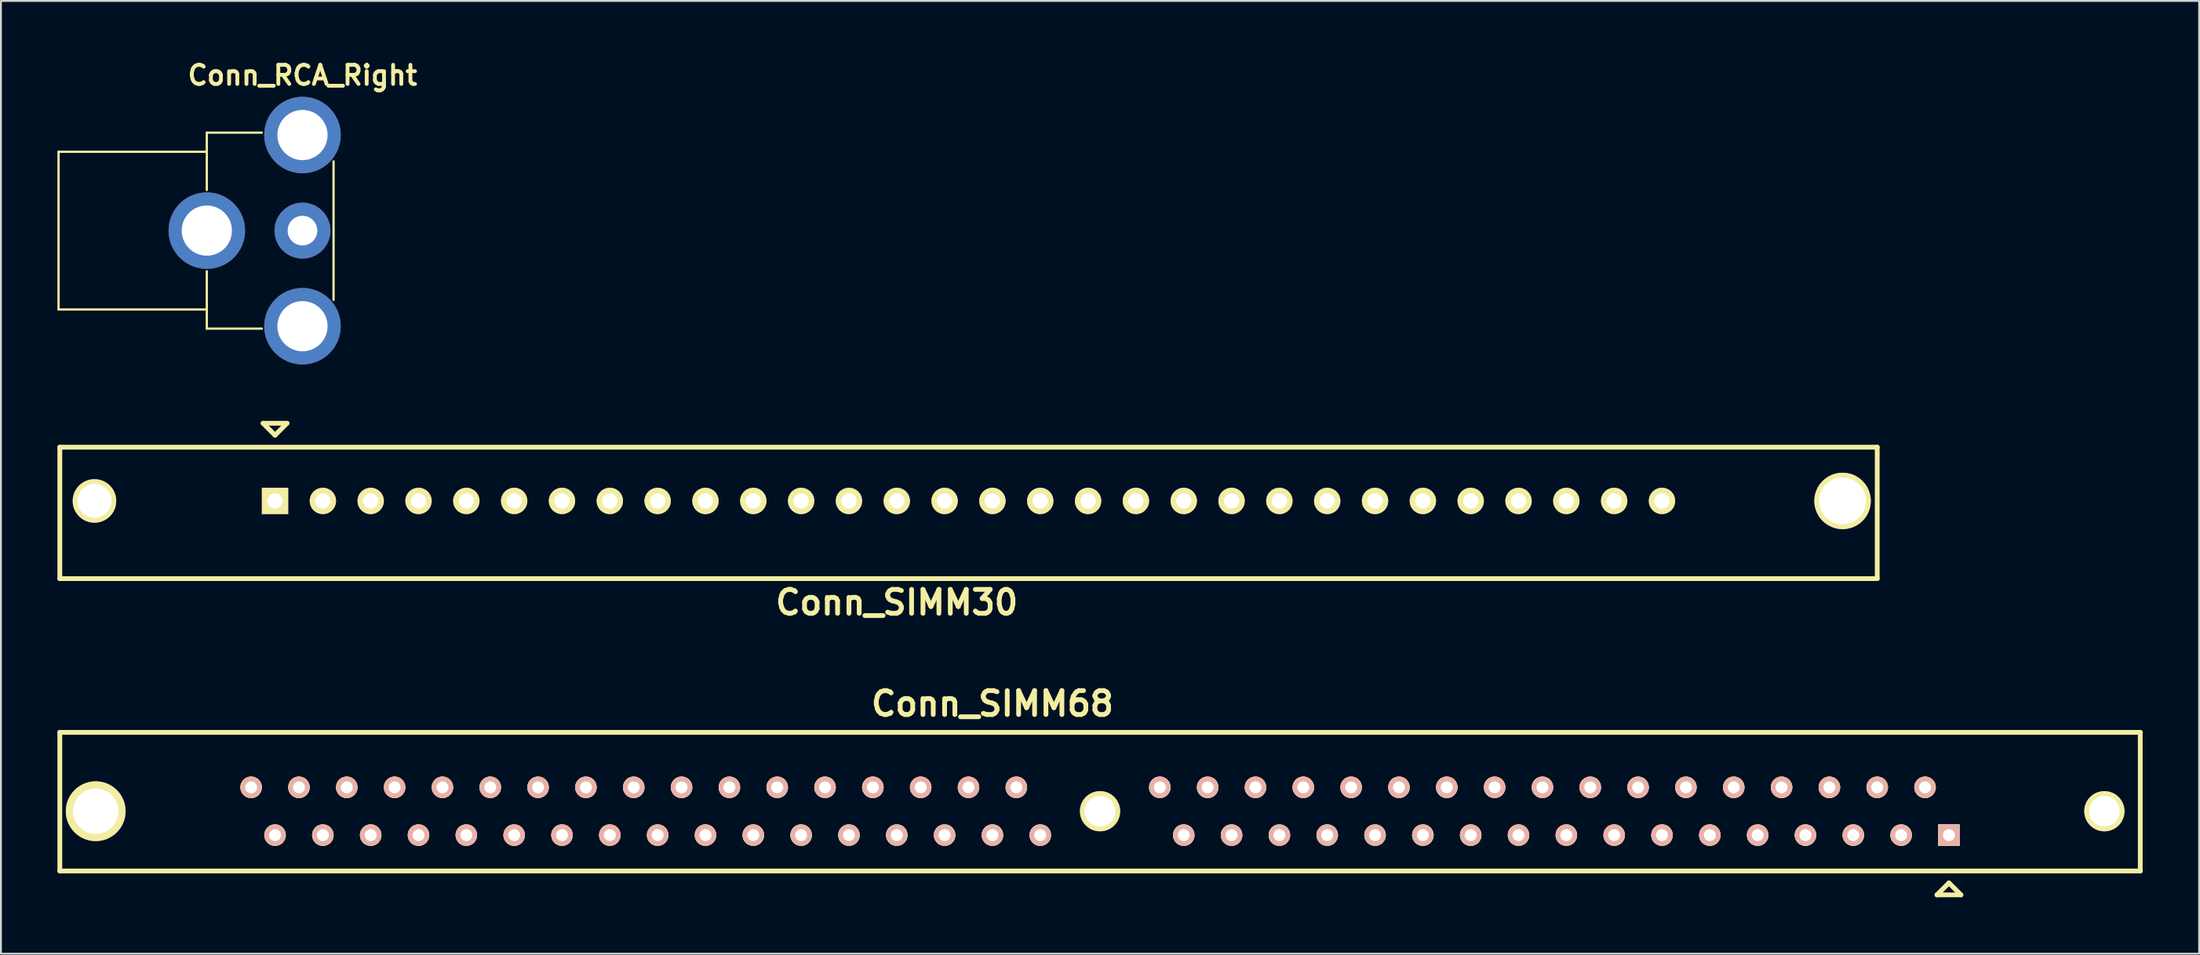
<source format=kicad_pcb>
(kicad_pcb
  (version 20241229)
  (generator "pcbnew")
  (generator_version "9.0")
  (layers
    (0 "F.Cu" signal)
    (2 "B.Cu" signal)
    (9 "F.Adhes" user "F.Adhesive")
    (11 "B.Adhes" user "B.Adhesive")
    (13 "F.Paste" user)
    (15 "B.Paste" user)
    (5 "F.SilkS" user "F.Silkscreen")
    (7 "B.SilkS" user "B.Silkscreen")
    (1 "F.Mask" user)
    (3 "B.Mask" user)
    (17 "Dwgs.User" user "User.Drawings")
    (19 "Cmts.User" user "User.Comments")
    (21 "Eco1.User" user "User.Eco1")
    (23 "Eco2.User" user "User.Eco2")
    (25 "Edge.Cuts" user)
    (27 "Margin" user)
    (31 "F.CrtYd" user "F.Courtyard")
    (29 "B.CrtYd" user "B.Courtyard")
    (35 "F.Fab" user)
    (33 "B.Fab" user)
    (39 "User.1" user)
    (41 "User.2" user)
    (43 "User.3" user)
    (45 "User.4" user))
  (footprint "Conn_SIMM30"
    (layer "F.Cu")
    (at 48.387 23.572)
    (property "Reference" "Conn_SIMM30" (at -3.81 5.397 0) (layer "F.SilkS") (effects (font (size 1.27 1.27) (thickness 0.254))))
    (attr through_hole)
    (fp_line (start -48.26 -2.857) (end 48.26 -2.857) (stroke (width 0.254) (type solid)) (layer "F.SilkS"))
    (fp_line (start -48.26 4.128) (end -48.26 -2.857) (stroke (width 0.254) (type solid)) (layer "F.SilkS"))
    (fp_line (start -37.465 -4.128) (end -36.195 -4.128) (stroke (width 0.254) (type solid)) (layer "F.SilkS"))
    (fp_line (start -36.83 -3.493) (end -37.465 -4.128) (stroke (width 0.254) (type solid)) (layer "F.SilkS"))
    (fp_line (start -36.195 -4.128) (end -36.83 -3.493) (stroke (width 0.254) (type solid)) (layer "F.SilkS"))
    (fp_line (start 48.26 -2.857) (end 48.26 4.128) (stroke (width 0.254) (type solid)) (layer "F.SilkS"))
    (fp_line (start 48.26 4.128) (end -48.26 4.128) (stroke (width 0.254) (type solid)) (layer "F.SilkS"))
    (pad "1" thru_hole rect (at -36.83 0) (size 1.397 1.397) (drill 0.813) (layers "*.Cu" "*.Mask" "F.SilkS"))
    (pad "2" thru_hole circle (at -34.29 0) (size 1.397 1.397) (drill 0.813) (layers "*.Cu" "*.Mask" "F.SilkS"))
    (pad "3" thru_hole circle (at -31.75 0) (size 1.397 1.397) (drill 0.813) (layers "*.Cu" "*.Mask" "F.SilkS"))
    (pad "4" thru_hole circle (at -29.21 0) (size 1.397 1.397) (drill 0.813) (layers "*.Cu" "*.Mask" "F.SilkS"))
    (pad "5" thru_hole circle (at -26.67 0) (size 1.397 1.397) (drill 0.813) (layers "*.Cu" "*.Mask" "F.SilkS"))
    (pad "6" thru_hole circle (at -24.13 0) (size 1.397 1.397) (drill 0.813) (layers "*.Cu" "*.Mask" "F.SilkS"))
    (pad "7" thru_hole circle (at -21.59 0) (size 1.397 1.397) (drill 0.813) (layers "*.Cu" "*.Mask" "F.SilkS"))
    (pad "8" thru_hole circle (at -19.05 0) (size 1.397 1.397) (drill 0.813) (layers "*.Cu" "*.Mask" "F.SilkS"))
    (pad "9" thru_hole circle (at -16.51 0) (size 1.397 1.397) (drill 0.813) (layers "*.Cu" "*.Mask" "F.SilkS"))
    (pad "10" thru_hole circle (at -13.97 0) (size 1.397 1.397) (drill 0.813) (layers "*.Cu" "*.Mask" "F.SilkS"))
    (pad "11" thru_hole circle (at -11.43 0) (size 1.397 1.397) (drill 0.813) (layers "*.Cu" "*.Mask" "F.SilkS"))
    (pad "12" thru_hole circle (at -8.89 0) (size 1.397 1.397) (drill 0.813) (layers "*.Cu" "*.Mask" "F.SilkS"))
    (pad "13" thru_hole circle (at -6.35 0) (size 1.397 1.397) (drill 0.813) (layers "*.Cu" "*.Mask" "F.SilkS"))
    (pad "14" thru_hole circle (at -3.81 0) (size 1.397 1.397) (drill 0.813) (layers "*.Cu" "*.Mask" "F.SilkS"))
    (pad "15" thru_hole circle (at -1.27 0) (size 1.397 1.397) (drill 0.813) (layers "*.Cu" "*.Mask" "F.SilkS"))
    (pad "16" thru_hole circle (at 1.27 0) (size 1.397 1.397) (drill 0.813) (layers "*.Cu" "*.Mask" "F.SilkS"))
    (pad "17" thru_hole circle (at 3.81 0) (size 1.397 1.397) (drill 0.813) (layers "*.Cu" "*.Mask" "F.SilkS"))
    (pad "18" thru_hole circle (at 6.35 0) (size 1.397 1.397) (drill 0.813) (layers "*.Cu" "*.Mask" "F.SilkS"))
    (pad "19" thru_hole circle (at 8.89 0) (size 1.397 1.397) (drill 0.813) (layers "*.Cu" "*.Mask" "F.SilkS"))
    (pad "20" thru_hole circle (at 11.43 0) (size 1.397 1.397) (drill 0.813) (layers "*.Cu" "*.Mask" "F.SilkS"))
    (pad "21" thru_hole circle (at 13.97 0) (size 1.397 1.397) (drill 0.813) (layers "*.Cu" "*.Mask" "F.SilkS"))
    (pad "22" thru_hole circle (at 16.51 0) (size 1.397 1.397) (drill 0.813) (layers "*.Cu" "*.Mask" "F.SilkS"))
    (pad "23" thru_hole circle (at 19.05 0) (size 1.397 1.397) (drill 0.813) (layers "*.Cu" "*.Mask" "F.SilkS"))
    (pad "24" thru_hole circle (at 21.59 0) (size 1.397 1.397) (drill 0.813) (layers "*.Cu" "*.Mask" "F.SilkS"))
    (pad "25" thru_hole circle (at 24.13 0) (size 1.397 1.397) (drill 0.813) (layers "*.Cu" "*.Mask" "F.SilkS"))
    (pad "26" thru_hole circle (at 26.67 0) (size 1.397 1.397) (drill 0.813) (layers "*.Cu" "*.Mask" "F.SilkS"))
    (pad "27" thru_hole circle (at 29.21 0) (size 1.397 1.397) (drill 0.813) (layers "*.Cu" "*.Mask" "F.SilkS"))
    (pad "28" thru_hole circle (at 31.75 0) (size 1.397 1.397) (drill 0.813) (layers "*.Cu" "*.Mask" "F.SilkS"))
    (pad "29" thru_hole circle (at 34.29 0) (size 1.397 1.397) (drill 0.813) (layers "*.Cu" "*.Mask" "F.SilkS"))
    (pad "30" thru_hole circle (at 36.83 0) (size 1.397 1.397) (drill 0.813) (layers "*.Cu" "*.Mask" "F.SilkS"))
    (pad "~" thru_hole circle (at -46.42 0) (size 2.311 2.311) (drill 1.803) (layers "*.Cu" "*.Mask" "F.SilkS"))
    (pad "~" thru_hole circle (at 46.42 0) (size 2.997 2.997) (drill 2.489) (layers "*.Cu" "*.Mask" "F.SilkS")))
  (footprint "Conn_SIMM68"
    (layer "F.Cu")
    (at 55.372 40.062)
    (property "Reference" "Conn_SIMM68" (at -5.715 -5.715 0) (layer "F.SilkS") (effects (font (size 1.27 1.27) (thickness 0.254))))
    (attr through_hole)
    (fp_line (start -55.245 -4.191) (end -55.245 3.175) (stroke (width 0.254) (type solid)) (layer "F.SilkS"))
    (fp_line (start -55.245 3.175) (end 55.245 3.175) (stroke (width 0.254) (type solid)) (layer "F.SilkS"))
    (fp_line (start 44.45 4.445) (end 45.085 3.81) (stroke (width 0.254) (type solid)) (layer "F.SilkS"))
    (fp_line (start 44.45 4.445) (end 45.72 4.445) (stroke (width 0.254) (type solid)) (layer "F.SilkS"))
    (fp_line (start 45.085 3.81) (end 45.72 4.445) (stroke (width 0.254) (type solid)) (layer "F.SilkS"))
    (fp_line (start 55.245 -4.191) (end -55.245 -4.191) (stroke (width 0.254) (type solid)) (layer "F.SilkS"))
    (fp_line (start 55.245 3.175) (end 55.245 -4.191) (stroke (width 0.254) (type solid)) (layer "F.SilkS"))
    (pad "" thru_hole circle (at -53.34 0) (size 3.175 3.175) (drill 2.413) (layers "*.Cu" "*.Mask" "F.SilkS"))
    (pad "" thru_hole circle (at 0 0) (size 2.134 2.134) (drill 1.626) (layers "*.Cu" "*.Mask" "F.SilkS"))
    (pad "" thru_hole circle (at 53.34 0) (size 2.134 2.134) (drill 1.626) (layers "*.Cu" "*.Mask" "F.SilkS"))
    (pad "1" thru_hole rect (at 45.085 1.27) (size 1.143 1.143) (drill 0.635) (layers "*.Cu" "*.SilkS" "*.Mask"))
    (pad "2" thru_hole circle (at 43.815 -1.27) (size 1.143 1.143) (drill 0.635) (layers "*.Cu" "*.SilkS" "*.Mask"))
    (pad "3" thru_hole circle (at 42.545 1.27) (size 1.143 1.143) (drill 0.635) (layers "*.Cu" "*.SilkS" "*.Mask"))
    (pad "4" thru_hole circle (at 41.275 -1.27) (size 1.143 1.143) (drill 0.635) (layers "*.Cu" "*.SilkS" "*.Mask"))
    (pad "5" thru_hole circle (at 40.005 1.27) (size 1.143 1.143) (drill 0.635) (layers "*.Cu" "*.SilkS" "*.Mask"))
    (pad "6" thru_hole circle (at 38.735 -1.27) (size 1.143 1.143) (drill 0.635) (layers "*.Cu" "*.SilkS" "*.Mask"))
    (pad "7" thru_hole circle (at 37.465 1.27) (size 1.143 1.143) (drill 0.635) (layers "*.Cu" "*.SilkS" "*.Mask"))
    (pad "8" thru_hole circle (at 36.195 -1.27) (size 1.143 1.143) (drill 0.635) (layers "*.Cu" "*.SilkS" "*.Mask"))
    (pad "9" thru_hole circle (at 34.925 1.27) (size 1.143 1.143) (drill 0.635) (layers "*.Cu" "*.SilkS" "*.Mask"))
    (pad "10" thru_hole circle (at 33.655 -1.27) (size 1.143 1.143) (drill 0.635) (layers "*.Cu" "*.SilkS" "*.Mask"))
    (pad "11" thru_hole circle (at 32.385 1.27) (size 1.143 1.143) (drill 0.635) (layers "*.Cu" "*.SilkS" "*.Mask"))
    (pad "12" thru_hole circle (at 31.115 -1.27) (size 1.143 1.143) (drill 0.635) (layers "*.Cu" "*.SilkS" "*.Mask"))
    (pad "13" thru_hole circle (at 29.845 1.27) (size 1.143 1.143) (drill 0.635) (layers "*.Cu" "*.SilkS" "*.Mask"))
    (pad "14" thru_hole circle (at 28.575 -1.27) (size 1.143 1.143) (drill 0.635) (layers "*.Cu" "*.SilkS" "*.Mask"))
    (pad "15" thru_hole circle (at 27.305 1.27) (size 1.143 1.143) (drill 0.635) (layers "*.Cu" "*.SilkS" "*.Mask"))
    (pad "16" thru_hole circle (at 26.035 -1.27) (size 1.143 1.143) (drill 0.635) (layers "*.Cu" "*.SilkS" "*.Mask"))
    (pad "17" thru_hole circle (at 24.765 1.27) (size 1.143 1.143) (drill 0.635) (layers "*.Cu" "*.SilkS" "*.Mask"))
    (pad "18" thru_hole circle (at 23.495 -1.27) (size 1.143 1.143) (drill 0.635) (layers "*.Cu" "*.SilkS" "*.Mask"))
    (pad "19" thru_hole circle (at 22.225 1.27) (size 1.143 1.143) (drill 0.635) (layers "*.Cu" "*.SilkS" "*.Mask"))
    (pad "20" thru_hole circle (at 20.955 -1.27) (size 1.143 1.143) (drill 0.635) (layers "*.Cu" "*.SilkS" "*.Mask"))
    (pad "21" thru_hole circle (at 19.685 1.27) (size 1.143 1.143) (drill 0.635) (layers "*.Cu" "*.SilkS" "*.Mask"))
    (pad "22" thru_hole circle (at 18.415 -1.27) (size 1.143 1.143) (drill 0.635) (layers "*.Cu" "*.SilkS" "*.Mask"))
    (pad "23" thru_hole circle (at 17.145 1.27) (size 1.143 1.143) (drill 0.635) (layers "*.Cu" "*.SilkS" "*.Mask"))
    (pad "24" thru_hole circle (at 15.875 -1.27) (size 1.143 1.143) (drill 0.635) (layers "*.Cu" "*.SilkS" "*.Mask"))
    (pad "25" thru_hole circle (at 14.605 1.27) (size 1.143 1.143) (drill 0.635) (layers "*.Cu" "*.SilkS" "*.Mask"))
    (pad "26" thru_hole circle (at 13.335 -1.27) (size 1.143 1.143) (drill 0.635) (layers "*.Cu" "*.SilkS" "*.Mask"))
    (pad "27" thru_hole circle (at 12.065 1.27) (size 1.143 1.143) (drill 0.635) (layers "*.Cu" "*.SilkS" "*.Mask"))
    (pad "28" thru_hole circle (at 10.795 -1.27) (size 1.143 1.143) (drill 0.635) (layers "*.Cu" "*.SilkS" "*.Mask"))
    (pad "29" thru_hole circle (at 9.525 1.27) (size 1.143 1.143) (drill 0.635) (layers "*.Cu" "*.SilkS" "*.Mask"))
    (pad "30" thru_hole circle (at 8.255 -1.27) (size 1.143 1.143) (drill 0.635) (layers "*.Cu" "*.SilkS" "*.Mask"))
    (pad "31" thru_hole circle (at 6.985 1.27) (size 1.143 1.143) (drill 0.635) (layers "*.Cu" "*.SilkS" "*.Mask"))
    (pad "32" thru_hole circle (at 5.715 -1.27) (size 1.143 1.143) (drill 0.635) (layers "*.Cu" "*.SilkS" "*.Mask"))
    (pad "33" thru_hole circle (at 4.445 1.27) (size 1.143 1.143) (drill 0.635) (layers "*.Cu" "*.SilkS" "*.Mask"))
    (pad "34" thru_hole circle (at 3.175 -1.27) (size 1.143 1.143) (drill 0.635) (layers "*.Cu" "*.SilkS" "*.Mask"))
    (pad "35" thru_hole circle (at -3.175 1.27) (size 1.143 1.143) (drill 0.635) (layers "*.Cu" "*.SilkS" "*.Mask"))
    (pad "36" thru_hole circle (at -4.445 -1.27) (size 1.143 1.143) (drill 0.635) (layers "*.Cu" "*.SilkS" "*.Mask"))
    (pad "37" thru_hole circle (at -5.715 1.27) (size 1.143 1.143) (drill 0.635) (layers "*.Cu" "*.SilkS" "*.Mask"))
    (pad "38" thru_hole circle (at -6.985 -1.27) (size 1.143 1.143) (drill 0.635) (layers "*.Cu" "*.SilkS" "*.Mask"))
    (pad "39" thru_hole circle (at -8.255 1.27) (size 1.143 1.143) (drill 0.635) (layers "*.Cu" "*.SilkS" "*.Mask"))
    (pad "40" thru_hole circle (at -9.525 -1.27) (size 1.143 1.143) (drill 0.635) (layers "*.Cu" "*.SilkS" "*.Mask"))
    (pad "41" thru_hole circle (at -10.795 1.27) (size 1.143 1.143) (drill 0.635) (layers "*.Cu" "*.SilkS" "*.Mask"))
    (pad "42" thru_hole circle (at -12.065 -1.27) (size 1.143 1.143) (drill 0.635) (layers "*.Cu" "*.SilkS" "*.Mask"))
    (pad "43" thru_hole circle (at -13.335 1.27) (size 1.143 1.143) (drill 0.635) (layers "*.Cu" "*.SilkS" "*.Mask"))
    (pad "44" thru_hole circle (at -14.605 -1.27) (size 1.143 1.143) (drill 0.635) (layers "*.Cu" "*.SilkS" "*.Mask"))
    (pad "45" thru_hole circle (at -15.875 1.27) (size 1.143 1.143) (drill 0.635) (layers "*.Cu" "*.SilkS" "*.Mask"))
    (pad "46" thru_hole circle (at -17.145 -1.27) (size 1.143 1.143) (drill 0.635) (layers "*.Cu" "*.SilkS" "*.Mask"))
    (pad "47" thru_hole circle (at -18.415 1.27) (size 1.143 1.143) (drill 0.635) (layers "*.Cu" "*.SilkS" "*.Mask"))
    (pad "48" thru_hole circle (at -19.685 -1.27) (size 1.143 1.143) (drill 0.635) (layers "*.Cu" "*.SilkS" "*.Mask"))
    (pad "49" thru_hole circle (at -20.955 1.27) (size 1.143 1.143) (drill 0.635) (layers "*.Cu" "*.SilkS" "*.Mask"))
    (pad "50" thru_hole circle (at -22.225 -1.27) (size 1.143 1.143) (drill 0.635) (layers "*.Cu" "*.SilkS" "*.Mask"))
    (pad "51" thru_hole circle (at -23.495 1.27) (size 1.143 1.143) (drill 0.635) (layers "*.Cu" "*.SilkS" "*.Mask"))
    (pad "52" thru_hole circle (at -24.765 -1.27) (size 1.143 1.143) (drill 0.635) (layers "*.Cu" "*.SilkS" "*.Mask"))
    (pad "53" thru_hole circle (at -26.035 1.27) (size 1.143 1.143) (drill 0.635) (layers "*.Cu" "*.SilkS" "*.Mask"))
    (pad "54" thru_hole circle (at -27.305 -1.27) (size 1.143 1.143) (drill 0.635) (layers "*.Cu" "*.SilkS" "*.Mask"))
    (pad "55" thru_hole circle (at -28.575 1.27) (size 1.143 1.143) (drill 0.635) (layers "*.Cu" "*.SilkS" "*.Mask"))
    (pad "56" thru_hole circle (at -29.845 -1.27) (size 1.143 1.143) (drill 0.635) (layers "*.Cu" "*.SilkS" "*.Mask"))
    (pad "57" thru_hole circle (at -31.115 1.27) (size 1.143 1.143) (drill 0.635) (layers "*.Cu" "*.SilkS" "*.Mask"))
    (pad "58" thru_hole circle (at -32.385 -1.27) (size 1.143 1.143) (drill 0.635) (layers "*.Cu" "*.SilkS" "*.Mask"))
    (pad "59" thru_hole circle (at -33.655 1.27) (size 1.143 1.143) (drill 0.635) (layers "*.Cu" "*.SilkS" "*.Mask"))
    (pad "60" thru_hole circle (at -34.925 -1.27) (size 1.143 1.143) (drill 0.635) (layers "*.Cu" "*.SilkS" "*.Mask"))
    (pad "61" thru_hole circle (at -36.195 1.27) (size 1.143 1.143) (drill 0.635) (layers "*.Cu" "*.SilkS" "*.Mask"))
    (pad "62" thru_hole circle (at -37.465 -1.27) (size 1.143 1.143) (drill 0.635) (layers "*.Cu" "*.SilkS" "*.Mask"))
    (pad "63" thru_hole circle (at -38.735 1.27) (size 1.143 1.143) (drill 0.635) (layers "*.Cu" "*.SilkS" "*.Mask"))
    (pad "64" thru_hole circle (at -40.005 -1.27) (size 1.143 1.143) (drill 0.635) (layers "*.Cu" "*.SilkS" "*.Mask"))
    (pad "65" thru_hole circle (at -41.275 1.27) (size 1.143 1.143) (drill 0.635) (layers "*.Cu" "*.SilkS" "*.Mask"))
    (pad "66" thru_hole circle (at -42.545 -1.27) (size 1.143 1.143) (drill 0.635) (layers "*.Cu" "*.SilkS" "*.Mask"))
    (pad "67" thru_hole circle (at -43.815 1.27) (size 1.143 1.143) (drill 0.635) (layers "*.Cu" "*.SilkS" "*.Mask"))
    (pad "68" thru_hole circle (at -45.085 -1.27) (size 1.143 1.143) (drill 0.635) (layers "*.Cu" "*.SilkS" "*.Mask")))
  (footprint "Conn_RCA_Right"
    (layer "F.Cu")
    (at 7.934 9.206)
    (property "Reference" "Conn_RCA_Right" (at 5.08 -8.255 0) (layer "F.SilkS") (effects (font (size 1.016 1.016) (thickness 0.203))))
    (attr through_hole)
    (fp_line (start -7.874 -4.191) (end -7.874 4.191) (stroke (width 0.12) (type solid)) (layer "F.SilkS"))
    (fp_line (start -7.874 4.191) (end 0 4.191) (stroke (width 0.12) (type solid)) (layer "F.SilkS"))
    (fp_line (start 0 -5.207) (end 0 -2.159) (stroke (width 0.12) (type solid)) (layer "F.SilkS"))
    (fp_line (start 0 -5.207) (end 2.921 -5.207) (stroke (width 0.12) (type solid)) (layer "F.SilkS"))
    (fp_line (start 0 -4.191) (end -7.874 -4.191) (stroke (width 0.12) (type solid)) (layer "F.SilkS"))
    (fp_line (start 0 5.207) (end 0 2.159) (stroke (width 0.12) (type solid)) (layer "F.SilkS"))
    (fp_line (start 0 5.207) (end 2.921 5.207) (stroke (width 0.12) (type solid)) (layer "F.SilkS"))
    (fp_line (start 6.731 -3.683) (end 6.731 3.683) (stroke (width 0.12) (type solid)) (layer "F.SilkS"))
    (pad "1" thru_hole circle (at 5.08 0) (size 2.972 2.972) (drill 1.575) (layers "*.Cu" "*.Mask"))
    (pad "2" thru_hole circle (at 0 0) (size 4.064 4.064) (drill 2.667) (layers "*.Cu" "*.Mask"))
    (pad "2" thru_hole circle (at 5.08 -5.08) (size 4.064 4.064) (drill 2.667) (layers "*.Cu" "*.Mask"))
    (pad "2" thru_hole circle (at 5.08 5.08) (size 4.064 4.064) (drill 2.667) (layers "*.Cu" "*.Mask")))
  (gr_rect
    (start -3 -3)
    (end 113.744 47.634)
    (stroke (width 0.1) (type default))
    (fill no)
    (layer "Edge.Cuts")))
</source>
